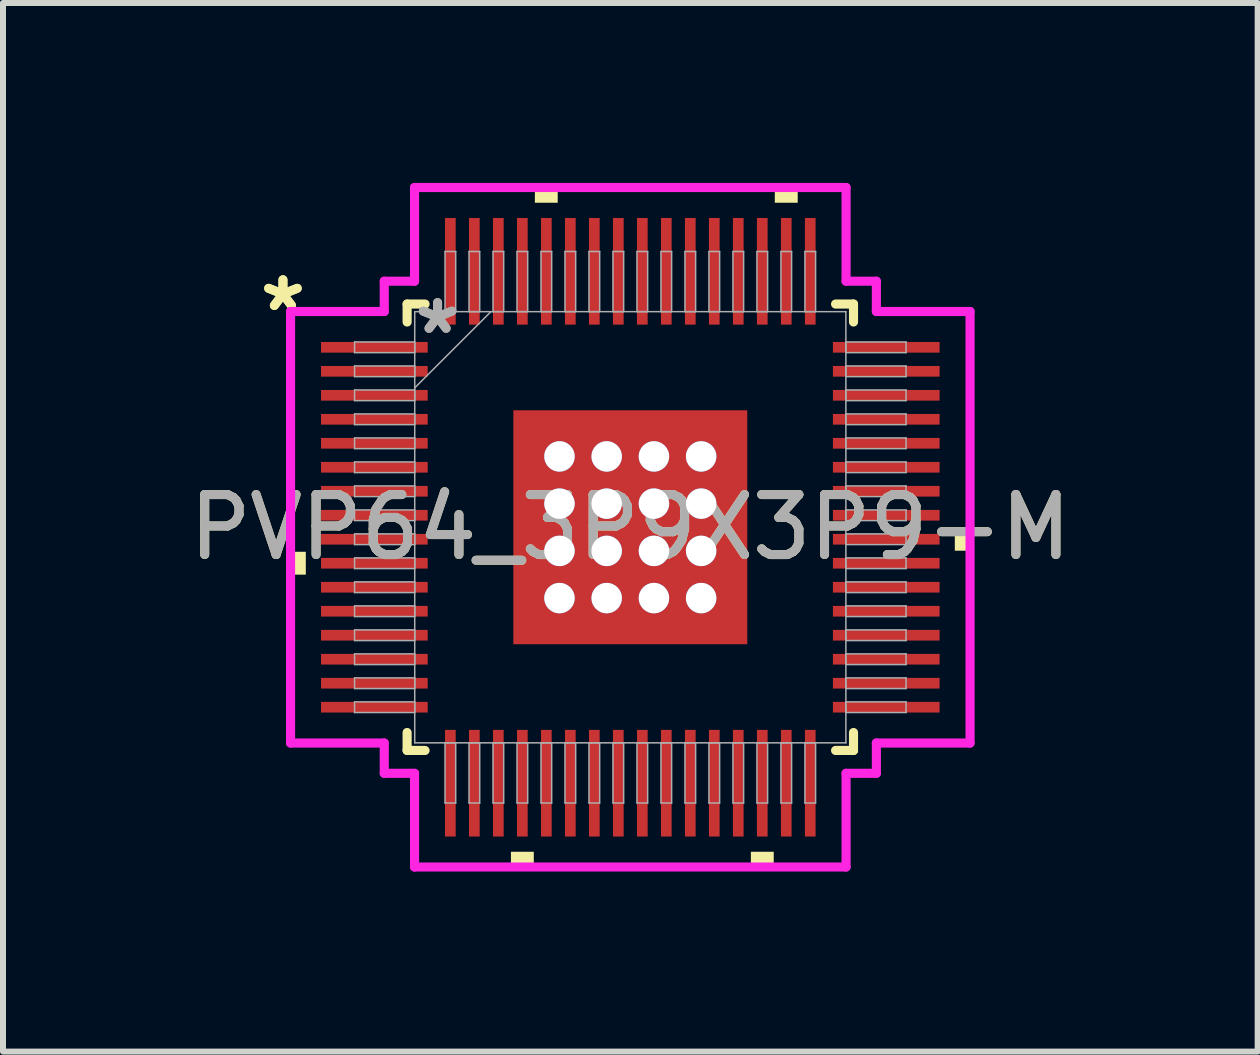
<source format=kicad_pcb>
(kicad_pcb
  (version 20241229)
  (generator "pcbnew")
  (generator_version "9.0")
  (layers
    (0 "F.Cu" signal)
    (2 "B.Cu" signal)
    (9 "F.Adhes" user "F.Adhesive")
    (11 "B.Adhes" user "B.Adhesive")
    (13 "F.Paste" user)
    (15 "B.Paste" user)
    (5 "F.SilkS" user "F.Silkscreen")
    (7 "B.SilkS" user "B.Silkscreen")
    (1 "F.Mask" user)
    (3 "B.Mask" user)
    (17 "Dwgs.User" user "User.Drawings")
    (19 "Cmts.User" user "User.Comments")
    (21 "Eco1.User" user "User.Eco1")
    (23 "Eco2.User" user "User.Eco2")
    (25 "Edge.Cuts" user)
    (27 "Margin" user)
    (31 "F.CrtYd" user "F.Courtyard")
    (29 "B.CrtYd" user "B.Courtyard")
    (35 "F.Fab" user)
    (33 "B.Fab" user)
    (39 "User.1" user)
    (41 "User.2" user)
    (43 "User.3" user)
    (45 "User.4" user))
  (footprint "PVP64_3P9X3P9-M"
    (layer "F.Cu")
    (at 7.458 5.74)
    (property "Reference" "PVP64_3P9X3P9-M" (at 0 0 0) (unlocked yes) (layer "F.SilkS") (effects (font (size 1 1) (thickness 0.15))))
    (attr smd)
    (fp_poly (pts (xy -2.014 -2.014) (xy -1.381 -2.014) (xy -1.381 2.014) (xy -2.014 2.014)) (stroke (width 0) (type solid)) (fill yes) (layer "F.Mask"))
    (fp_poly (pts (xy -2.014 -2.014) (xy 2.014 -2.014) (xy 2.014 -1.381) (xy -2.014 -1.381)) (stroke (width 0) (type solid)) (fill yes) (layer "F.Mask"))
    (fp_poly (pts (xy -2.014 -0.981) (xy 2.014 -0.981) (xy 2.014 -0.594) (xy -2.014 -0.594)) (stroke (width 0) (type solid)) (fill yes) (layer "F.Mask"))
    (fp_poly (pts (xy -2.014 -0.194) (xy 2.014 -0.194) (xy 2.014 0.194) (xy -2.014 0.194)) (stroke (width 0) (type solid)) (fill yes) (layer "F.Mask"))
    (fp_poly (pts (xy -2.014 0.594) (xy 2.014 0.594) (xy 2.014 0.981) (xy -2.014 0.981)) (stroke (width 0) (type solid)) (fill yes) (layer "F.Mask"))
    (fp_poly (pts (xy -2.014 1.381) (xy 2.014 1.381) (xy 2.014 2.014) (xy -2.014 2.014)) (stroke (width 0) (type solid)) (fill yes) (layer "F.Mask"))
    (fp_poly (pts (xy -0.594 -2.014) (xy -0.981 -2.014) (xy -0.981 2.014) (xy -0.594 2.014)) (stroke (width 0) (type solid)) (fill yes) (layer "F.Mask"))
    (fp_poly (pts (xy 0.194 -2.014) (xy -0.194 -2.014) (xy -0.194 2.014) (xy 0.194 2.014)) (stroke (width 0) (type solid)) (fill yes) (layer "F.Mask"))
    (fp_poly (pts (xy 0.981 -2.014) (xy 0.594 -2.014) (xy 0.594 2.014) (xy 0.981 2.014)) (stroke (width 0) (type solid)) (fill yes) (layer "F.Mask"))
    (fp_poly (pts (xy 1.381 -2.014) (xy 2.014 -2.014) (xy 2.014 2.014) (xy 1.381 2.014)) (stroke (width 0) (type solid)) (fill yes) (layer "F.Mask"))
    (fp_line (start -3.721 -3.721) (end -3.721 -3.422) (stroke (width 0.152) (type solid)) (layer "F.SilkS"))
    (fp_line (start -3.721 3.422) (end -3.721 3.721) (stroke (width 0.152) (type solid)) (layer "F.SilkS"))
    (fp_line (start -3.721 3.721) (end -3.422 3.721) (stroke (width 0.152) (type solid)) (layer "F.SilkS"))
    (fp_line (start -3.422 -3.721) (end -3.721 -3.721) (stroke (width 0.152) (type solid)) (layer "F.SilkS"))
    (fp_line (start 3.422 3.721) (end 3.721 3.721) (stroke (width 0.152) (type solid)) (layer "F.SilkS"))
    (fp_line (start 3.721 -3.721) (end 3.422 -3.721) (stroke (width 0.152) (type solid)) (layer "F.SilkS"))
    (fp_line (start 3.721 -3.422) (end 3.721 -3.721) (stroke (width 0.152) (type solid)) (layer "F.SilkS"))
    (fp_line (start 3.721 3.721) (end 3.721 3.422) (stroke (width 0.152) (type solid)) (layer "F.SilkS"))
    (fp_poly (pts (xy -5.664 0.409) (xy -5.664 0.79) (xy -5.41 0.79) (xy -5.41 0.409)) (stroke (width 0) (type solid)) (fill yes) (layer "F.SilkS"))
    (fp_poly (pts (xy -1.99 5.41) (xy -1.99 5.664) (xy -1.609 5.664) (xy -1.609 5.41)) (stroke (width 0) (type solid)) (fill yes) (layer "F.SilkS"))
    (fp_poly (pts (xy -1.591 -5.41) (xy -1.591 -5.664) (xy -1.21 -5.664) (xy -1.21 -5.41)) (stroke (width 0) (type solid)) (fill yes) (layer "F.SilkS"))
    (fp_poly (pts (xy 2.01 5.41) (xy 2.01 5.664) (xy 2.391 5.664) (xy 2.391 5.41)) (stroke (width 0) (type solid)) (fill yes) (layer "F.SilkS"))
    (fp_poly (pts (xy 2.409 -5.41) (xy 2.409 -5.664) (xy 2.791 -5.664) (xy 2.791 -5.41)) (stroke (width 0) (type solid)) (fill yes) (layer "F.SilkS"))
    (fp_poly (pts (xy 5.664 0.009) (xy 5.664 0.391) (xy 5.41 0.391) (xy 5.41 0.009)) (stroke (width 0) (type solid)) (fill yes) (layer "F.SilkS"))
    (fp_poly (pts (xy -1.875 -1.875) (xy -1.875 -1.281) (xy -1.423 -1.281) (xy -1.281 -1.423) (xy -1.281 -1.875)) (stroke (width 0) (type solid)) (fill yes) (layer "F.Paste"))
    (fp_poly (pts (xy -1.875 1.281) (xy -1.875 1.875) (xy -1.281 1.875) (xy -1.281 1.423) (xy -1.423 1.281)) (stroke (width 0) (type solid)) (fill yes) (layer "F.Paste"))
    (fp_poly (pts (xy 1.281 -1.875) (xy 1.281 -1.423) (xy 1.423 -1.281) (xy 1.875 -1.281) (xy 1.875 -1.875)) (stroke (width 0) (type solid)) (fill yes) (layer "F.Paste"))
    (fp_poly (pts (xy 1.423 1.281) (xy 1.281 1.423) (xy 1.281 1.875) (xy 1.875 1.875) (xy 1.875 1.281)) (stroke (width 0) (type solid)) (fill yes) (layer "F.Paste"))
    (fp_poly (pts (xy -1.875 -1.081) (xy -1.875 -0.494) (xy -1.423 -0.494) (xy -1.281 -0.635) (xy -1.281 -0.94) (xy -1.423 -1.081)) (stroke (width 0) (type solid)) (fill yes) (layer "F.Paste"))
    (fp_poly (pts (xy -1.875 -0.294) (xy -1.875 0.294) (xy -1.423 0.294) (xy -1.281 0.152) (xy -1.281 -0.152) (xy -1.423 -0.294)) (stroke (width 0) (type solid)) (fill yes) (layer "F.Paste"))
    (fp_poly (pts (xy -1.875 0.494) (xy -1.875 1.081) (xy -1.423 1.081) (xy -1.281 0.94) (xy -1.281 0.635) (xy -1.423 0.494)) (stroke (width 0) (type solid)) (fill yes) (layer "F.Paste"))
    (fp_poly (pts (xy -1.081 -1.875) (xy -1.081 -1.423) (xy -0.94 -1.281) (xy -0.635 -1.281) (xy -0.494 -1.423) (xy -0.494 -1.875)) (stroke (width 0) (type solid)) (fill yes) (layer "F.Paste"))
    (fp_poly (pts (xy -0.94 1.281) (xy -1.081 1.423) (xy -1.081 1.875) (xy -0.494 1.875) (xy -0.494 1.423) (xy -0.635 1.281)) (stroke (width 0) (type solid)) (fill yes) (layer "F.Paste"))
    (fp_poly (pts (xy -0.294 -1.875) (xy -0.294 -1.423) (xy -0.152 -1.281) (xy 0.152 -1.281) (xy 0.294 -1.423) (xy 0.294 -1.875)) (stroke (width 0) (type solid)) (fill yes) (layer "F.Paste"))
    (fp_poly (pts (xy -0.152 1.281) (xy -0.294 1.423) (xy -0.294 1.875) (xy 0.294 1.875) (xy 0.294 1.423) (xy 0.152 1.281)) (stroke (width 0) (type solid)) (fill yes) (layer "F.Paste"))
    (fp_poly (pts (xy 0.494 -1.875) (xy 0.494 -1.423) (xy 0.635 -1.281) (xy 0.94 -1.281) (xy 1.081 -1.423) (xy 1.081 -1.875)) (stroke (width 0) (type solid)) (fill yes) (layer "F.Paste"))
    (fp_poly (pts (xy 0.635 1.281) (xy 0.494 1.423) (xy 0.494 1.875) (xy 1.081 1.875) (xy 1.081 1.423) (xy 0.94 1.281)) (stroke (width 0) (type solid)) (fill yes) (layer "F.Paste"))
    (fp_poly (pts (xy 1.423 -1.081) (xy 1.281 -0.94) (xy 1.281 -0.635) (xy 1.423 -0.494) (xy 1.875 -0.494) (xy 1.875 -1.081)) (stroke (width 0) (type solid)) (fill yes) (layer "F.Paste"))
    (fp_poly (pts (xy 1.423 -0.294) (xy 1.281 -0.152) (xy 1.281 0.152) (xy 1.423 0.294) (xy 1.875 0.294) (xy 1.875 -0.294)) (stroke (width 0) (type solid)) (fill yes) (layer "F.Paste"))
    (fp_poly (pts (xy 1.423 0.494) (xy 1.281 0.635) (xy 1.281 0.94) (xy 1.423 1.081) (xy 1.875 1.081) (xy 1.875 0.494)) (stroke (width 0) (type solid)) (fill yes) (layer "F.Paste"))
    (fp_poly (pts (xy -0.94 -1.081) (xy -1.081 -0.94) (xy -1.081 -0.635) (xy -0.94 -0.494) (xy -0.635 -0.494) (xy -0.494 -0.635) (xy -0.494 -0.94) (xy -0.635 -1.081)) (stroke (width 0) (type solid)) (fill yes) (layer "F.Paste"))
    (fp_poly (pts (xy -0.94 -0.294) (xy -1.081 -0.152) (xy -1.081 0.152) (xy -0.94 0.294) (xy -0.635 0.294) (xy -0.494 0.152) (xy -0.494 -0.152) (xy -0.635 -0.294)) (stroke (width 0) (type solid)) (fill yes) (layer "F.Paste"))
    (fp_poly (pts (xy -0.94 0.494) (xy -1.081 0.635) (xy -1.081 0.94) (xy -0.94 1.081) (xy -0.635 1.081) (xy -0.494 0.94) (xy -0.494 0.635) (xy -0.635 0.494)) (stroke (width 0) (type solid)) (fill yes) (layer "F.Paste"))
    (fp_poly (pts (xy -0.152 -1.081) (xy -0.294 -0.94) (xy -0.294 -0.635) (xy -0.152 -0.494) (xy 0.152 -0.494) (xy 0.294 -0.635) (xy 0.294 -0.94) (xy 0.152 -1.081)) (stroke (width 0) (type solid)) (fill yes) (layer "F.Paste"))
    (fp_poly (pts (xy -0.152 -0.294) (xy -0.294 -0.152) (xy -0.294 0.152) (xy -0.152 0.294) (xy 0.152 0.294) (xy 0.294 0.152) (xy 0.294 -0.152) (xy 0.152 -0.294)) (stroke (width 0) (type solid)) (fill yes) (layer "F.Paste"))
    (fp_poly (pts (xy -0.152 0.494) (xy -0.294 0.635) (xy -0.294 0.94) (xy -0.152 1.081) (xy 0.152 1.081) (xy 0.294 0.94) (xy 0.294 0.635) (xy 0.152 0.494)) (stroke (width 0) (type solid)) (fill yes) (layer "F.Paste"))
    (fp_poly (pts (xy 0.635 -1.081) (xy 0.494 -0.94) (xy 0.494 -0.635) (xy 0.635 -0.494) (xy 0.94 -0.494) (xy 1.081 -0.635) (xy 1.081 -0.94) (xy 0.94 -1.081)) (stroke (width 0) (type solid)) (fill yes) (layer "F.Paste"))
    (fp_poly (pts (xy 0.635 -0.294) (xy 0.494 -0.152) (xy 0.494 0.152) (xy 0.635 0.294) (xy 0.94 0.294) (xy 1.081 0.152) (xy 1.081 -0.152) (xy 0.94 -0.294)) (stroke (width 0) (type solid)) (fill yes) (layer "F.Paste"))
    (fp_poly (pts (xy 0.635 0.494) (xy 0.494 0.635) (xy 0.494 0.94) (xy 0.635 1.081) (xy 0.94 1.081) (xy 1.081 0.94) (xy 1.081 0.635) (xy 0.94 0.494)) (stroke (width 0) (type solid)) (fill yes) (layer "F.Paste"))
    (fp_line (start -5.664 -3.597) (end -4.102 -3.597) (stroke (width 0.152) (type solid)) (layer "F.CrtYd"))
    (fp_line (start -5.664 3.597) (end -5.664 -3.597) (stroke (width 0.152) (type solid)) (layer "F.CrtYd"))
    (fp_line (start -4.102 -4.102) (end -3.597 -4.102) (stroke (width 0.152) (type solid)) (layer "F.CrtYd"))
    (fp_line (start -4.102 -3.597) (end -4.102 -4.102) (stroke (width 0.152) (type solid)) (layer "F.CrtYd"))
    (fp_line (start -4.102 3.597) (end -5.664 3.597) (stroke (width 0.152) (type solid)) (layer "F.CrtYd"))
    (fp_line (start -4.102 4.102) (end -4.102 3.597) (stroke (width 0.152) (type solid)) (layer "F.CrtYd"))
    (fp_line (start -4.102 4.102) (end -3.597 4.102) (stroke (width 0.152) (type solid)) (layer "F.CrtYd"))
    (fp_line (start -3.597 -5.664) (end 3.597 -5.664) (stroke (width 0.152) (type solid)) (layer "F.CrtYd"))
    (fp_line (start -3.597 -4.102) (end -3.597 -5.664) (stroke (width 0.152) (type solid)) (layer "F.CrtYd"))
    (fp_line (start -3.597 4.102) (end -3.597 5.664) (stroke (width 0.152) (type solid)) (layer "F.CrtYd"))
    (fp_line (start -3.597 5.664) (end 3.597 5.664) (stroke (width 0.152) (type solid)) (layer "F.CrtYd"))
    (fp_line (start 3.597 -5.664) (end 3.597 -4.102) (stroke (width 0.152) (type solid)) (layer "F.CrtYd"))
    (fp_line (start 3.597 -4.102) (end 4.102 -4.102) (stroke (width 0.152) (type solid)) (layer "F.CrtYd"))
    (fp_line (start 3.597 4.102) (end 4.102 4.102) (stroke (width 0.152) (type solid)) (layer "F.CrtYd"))
    (fp_line (start 3.597 5.664) (end 3.597 4.102) (stroke (width 0.152) (type solid)) (layer "F.CrtYd"))
    (fp_line (start 4.102 -3.597) (end 4.102 -4.102) (stroke (width 0.152) (type solid)) (layer "F.CrtYd"))
    (fp_line (start 4.102 3.597) (end 5.664 3.597) (stroke (width 0.152) (type solid)) (layer "F.CrtYd"))
    (fp_line (start 4.102 4.102) (end 4.102 3.597) (stroke (width 0.152) (type solid)) (layer "F.CrtYd"))
    (fp_line (start 5.664 -3.597) (end 4.102 -3.597) (stroke (width 0.152) (type solid)) (layer "F.CrtYd"))
    (fp_line (start 5.664 3.597) (end 5.664 -3.597) (stroke (width 0.152) (type solid)) (layer "F.CrtYd"))
    (fp_line (start -4.597 -3.089) (end -4.597 -2.911) (stroke (width 0.025) (type solid)) (layer "F.Fab"))
    (fp_line (start -4.597 -2.911) (end -3.594 -2.911) (stroke (width 0.025) (type solid)) (layer "F.Fab"))
    (fp_line (start -4.597 -2.689) (end -4.597 -2.511) (stroke (width 0.025) (type solid)) (layer "F.Fab"))
    (fp_line (start -4.597 -2.511) (end -3.594 -2.511) (stroke (width 0.025) (type solid)) (layer "F.Fab"))
    (fp_line (start -4.597 -2.289) (end -4.597 -2.111) (stroke (width 0.025) (type solid)) (layer "F.Fab"))
    (fp_line (start -4.597 -2.111) (end -3.594 -2.111) (stroke (width 0.025) (type solid)) (layer "F.Fab"))
    (fp_line (start -4.597 -1.889) (end -4.597 -1.711) (stroke (width 0.025) (type solid)) (layer "F.Fab"))
    (fp_line (start -4.597 -1.711) (end -3.594 -1.711) (stroke (width 0.025) (type solid)) (layer "F.Fab"))
    (fp_line (start -4.597 -1.489) (end -4.597 -1.311) (stroke (width 0.025) (type solid)) (layer "F.Fab"))
    (fp_line (start -4.597 -1.311) (end -3.594 -1.311) (stroke (width 0.025) (type solid)) (layer "F.Fab"))
    (fp_line (start -4.597 -1.089) (end -4.597 -0.911) (stroke (width 0.025) (type solid)) (layer "F.Fab"))
    (fp_line (start -4.597 -0.911) (end -3.594 -0.911) (stroke (width 0.025) (type solid)) (layer "F.Fab"))
    (fp_line (start -4.597 -0.689) (end -4.597 -0.511) (stroke (width 0.025) (type solid)) (layer "F.Fab"))
    (fp_line (start -4.597 -0.511) (end -3.594 -0.511) (stroke (width 0.025) (type solid)) (layer "F.Fab"))
    (fp_line (start -4.597 -0.289) (end -4.597 -0.111) (stroke (width 0.025) (type solid)) (layer "F.Fab"))
    (fp_line (start -4.597 -0.111) (end -3.594 -0.111) (stroke (width 0.025) (type solid)) (layer "F.Fab"))
    (fp_line (start -4.597 0.111) (end -4.597 0.289) (stroke (width 0.025) (type solid)) (layer "F.Fab"))
    (fp_line (start -4.597 0.289) (end -3.594 0.289) (stroke (width 0.025) (type solid)) (layer "F.Fab"))
    (fp_line (start -4.597 0.511) (end -4.597 0.689) (stroke (width 0.025) (type solid)) (layer "F.Fab"))
    (fp_line (start -4.597 0.689) (end -3.594 0.689) (stroke (width 0.025) (type solid)) (layer "F.Fab"))
    (fp_line (start -4.597 0.911) (end -4.597 1.089) (stroke (width 0.025) (type solid)) (layer "F.Fab"))
    (fp_line (start -4.597 1.089) (end -3.594 1.089) (stroke (width 0.025) (type solid)) (layer "F.Fab"))
    (fp_line (start -4.597 1.311) (end -4.597 1.489) (stroke (width 0.025) (type solid)) (layer "F.Fab"))
    (fp_line (start -4.597 1.489) (end -3.594 1.489) (stroke (width 0.025) (type solid)) (layer "F.Fab"))
    (fp_line (start -4.597 1.711) (end -4.597 1.889) (stroke (width 0.025) (type solid)) (layer "F.Fab"))
    (fp_line (start -4.597 1.889) (end -3.594 1.889) (stroke (width 0.025) (type solid)) (layer "F.Fab"))
    (fp_line (start -4.597 2.111) (end -4.597 2.289) (stroke (width 0.025) (type solid)) (layer "F.Fab"))
    (fp_line (start -4.597 2.289) (end -3.594 2.289) (stroke (width 0.025) (type solid)) (layer "F.Fab"))
    (fp_line (start -4.597 2.511) (end -4.597 2.689) (stroke (width 0.025) (type solid)) (layer "F.Fab"))
    (fp_line (start -4.597 2.689) (end -3.594 2.689) (stroke (width 0.025) (type solid)) (layer "F.Fab"))
    (fp_line (start -4.597 2.911) (end -4.597 3.089) (stroke (width 0.025) (type solid)) (layer "F.Fab"))
    (fp_line (start -4.597 3.089) (end -3.594 3.089) (stroke (width 0.025) (type solid)) (layer "F.Fab"))
    (fp_line (start -3.594 -3.594) (end -3.594 3.594) (stroke (width 0.025) (type solid)) (layer "F.Fab"))
    (fp_line (start -3.594 -3.089) (end -4.597 -3.089) (stroke (width 0.025) (type solid)) (layer "F.Fab"))
    (fp_line (start -3.594 -2.911) (end -3.594 -3.089) (stroke (width 0.025) (type solid)) (layer "F.Fab"))
    (fp_line (start -3.594 -2.689) (end -4.597 -2.689) (stroke (width 0.025) (type solid)) (layer "F.Fab"))
    (fp_line (start -3.594 -2.511) (end -3.594 -2.689) (stroke (width 0.025) (type solid)) (layer "F.Fab"))
    (fp_line (start -3.594 -2.324) (end -2.324 -3.594) (stroke (width 0.025) (type solid)) (layer "F.Fab"))
    (fp_line (start -3.594 -2.289) (end -4.597 -2.289) (stroke (width 0.025) (type solid)) (layer "F.Fab"))
    (fp_line (start -3.594 -2.111) (end -3.594 -2.289) (stroke (width 0.025) (type solid)) (layer "F.Fab"))
    (fp_line (start -3.594 -1.889) (end -4.597 -1.889) (stroke (width 0.025) (type solid)) (layer "F.Fab"))
    (fp_line (start -3.594 -1.711) (end -3.594 -1.889) (stroke (width 0.025) (type solid)) (layer "F.Fab"))
    (fp_line (start -3.594 -1.489) (end -4.597 -1.489) (stroke (width 0.025) (type solid)) (layer "F.Fab"))
    (fp_line (start -3.594 -1.311) (end -3.594 -1.489) (stroke (width 0.025) (type solid)) (layer "F.Fab"))
    (fp_line (start -3.594 -1.089) (end -4.597 -1.089) (stroke (width 0.025) (type solid)) (layer "F.Fab"))
    (fp_line (start -3.594 -0.911) (end -3.594 -1.089) (stroke (width 0.025) (type solid)) (layer "F.Fab"))
    (fp_line (start -3.594 -0.689) (end -4.597 -0.689) (stroke (width 0.025) (type solid)) (layer "F.Fab"))
    (fp_line (start -3.594 -0.511) (end -3.594 -0.689) (stroke (width 0.025) (type solid)) (layer "F.Fab"))
    (fp_line (start -3.594 -0.289) (end -4.597 -0.289) (stroke (width 0.025) (type solid)) (layer "F.Fab"))
    (fp_line (start -3.594 -0.111) (end -3.594 -0.289) (stroke (width 0.025) (type solid)) (layer "F.Fab"))
    (fp_line (start -3.594 0.111) (end -4.597 0.111) (stroke (width 0.025) (type solid)) (layer "F.Fab"))
    (fp_line (start -3.594 0.289) (end -3.594 0.111) (stroke (width 0.025) (type solid)) (layer "F.Fab"))
    (fp_line (start -3.594 0.511) (end -4.597 0.511) (stroke (width 0.025) (type solid)) (layer "F.Fab"))
    (fp_line (start -3.594 0.689) (end -3.594 0.511) (stroke (width 0.025) (type solid)) (layer "F.Fab"))
    (fp_line (start -3.594 0.911) (end -4.597 0.911) (stroke (width 0.025) (type solid)) (layer "F.Fab"))
    (fp_line (start -3.594 1.089) (end -3.594 0.911) (stroke (width 0.025) (type solid)) (layer "F.Fab"))
    (fp_line (start -3.594 1.311) (end -4.597 1.311) (stroke (width 0.025) (type solid)) (layer "F.Fab"))
    (fp_line (start -3.594 1.489) (end -3.594 1.311) (stroke (width 0.025) (type solid)) (layer "F.Fab"))
    (fp_line (start -3.594 1.711) (end -4.597 1.711) (stroke (width 0.025) (type solid)) (layer "F.Fab"))
    (fp_line (start -3.594 1.889) (end -3.594 1.711) (stroke (width 0.025) (type solid)) (layer "F.Fab"))
    (fp_line (start -3.594 2.111) (end -4.597 2.111) (stroke (width 0.025) (type solid)) (layer "F.Fab"))
    (fp_line (start -3.594 2.289) (end -3.594 2.111) (stroke (width 0.025) (type solid)) (layer "F.Fab"))
    (fp_line (start -3.594 2.511) (end -4.597 2.511) (stroke (width 0.025) (type solid)) (layer "F.Fab"))
    (fp_line (start -3.594 2.689) (end -3.594 2.511) (stroke (width 0.025) (type solid)) (layer "F.Fab"))
    (fp_line (start -3.594 2.911) (end -4.597 2.911) (stroke (width 0.025) (type solid)) (layer "F.Fab"))
    (fp_line (start -3.594 3.089) (end -3.594 2.911) (stroke (width 0.025) (type solid)) (layer "F.Fab"))
    (fp_line (start -3.594 3.594) (end 3.594 3.594) (stroke (width 0.025) (type solid)) (layer "F.Fab"))
    (fp_line (start -3.089 -4.597) (end -3.089 -3.594) (stroke (width 0.025) (type solid)) (layer "F.Fab"))
    (fp_line (start -3.089 -3.594) (end -2.911 -3.594) (stroke (width 0.025) (type solid)) (layer "F.Fab"))
    (fp_line (start -3.089 3.594) (end -3.089 4.597) (stroke (width 0.025) (type solid)) (layer "F.Fab"))
    (fp_line (start -3.089 4.597) (end -2.911 4.597) (stroke (width 0.025) (type solid)) (layer "F.Fab"))
    (fp_line (start -2.911 -4.597) (end -3.089 -4.597) (stroke (width 0.025) (type solid)) (layer "F.Fab"))
    (fp_line (start -2.911 -3.594) (end -2.911 -4.597) (stroke (width 0.025) (type solid)) (layer "F.Fab"))
    (fp_line (start -2.911 3.594) (end -3.089 3.594) (stroke (width 0.025) (type solid)) (layer "F.Fab"))
    (fp_line (start -2.911 4.597) (end -2.911 3.594) (stroke (width 0.025) (type solid)) (layer "F.Fab"))
    (fp_line (start -2.689 -4.597) (end -2.689 -3.594) (stroke (width 0.025) (type solid)) (layer "F.Fab"))
    (fp_line (start -2.689 -3.594) (end -2.511 -3.594) (stroke (width 0.025) (type solid)) (layer "F.Fab"))
    (fp_line (start -2.689 3.594) (end -2.689 4.597) (stroke (width 0.025) (type solid)) (layer "F.Fab"))
    (fp_line (start -2.689 4.597) (end -2.511 4.597) (stroke (width 0.025) (type solid)) (layer "F.Fab"))
    (fp_line (start -2.511 -4.597) (end -2.689 -4.597) (stroke (width 0.025) (type solid)) (layer "F.Fab"))
    (fp_line (start -2.511 -3.594) (end -2.511 -4.597) (stroke (width 0.025) (type solid)) (layer "F.Fab"))
    (fp_line (start -2.511 3.594) (end -2.689 3.594) (stroke (width 0.025) (type solid)) (layer "F.Fab"))
    (fp_line (start -2.511 4.597) (end -2.511 3.594) (stroke (width 0.025) (type solid)) (layer "F.Fab"))
    (fp_line (start -2.289 -4.597) (end -2.289 -3.594) (stroke (width 0.025) (type solid)) (layer "F.Fab"))
    (fp_line (start -2.289 -3.594) (end -2.111 -3.594) (stroke (width 0.025) (type solid)) (layer "F.Fab"))
    (fp_line (start -2.289 3.594) (end -2.289 4.597) (stroke (width 0.025) (type solid)) (layer "F.Fab"))
    (fp_line (start -2.289 4.597) (end -2.111 4.597) (stroke (width 0.025) (type solid)) (layer "F.Fab"))
    (fp_line (start -2.111 -4.597) (end -2.289 -4.597) (stroke (width 0.025) (type solid)) (layer "F.Fab"))
    (fp_line (start -2.111 -3.594) (end -2.111 -4.597) (stroke (width 0.025) (type solid)) (layer "F.Fab"))
    (fp_line (start -2.111 3.594) (end -2.289 3.594) (stroke (width 0.025) (type solid)) (layer "F.Fab"))
    (fp_line (start -2.111 4.597) (end -2.111 3.594) (stroke (width 0.025) (type solid)) (layer "F.Fab"))
    (fp_line (start -1.889 -4.597) (end -1.889 -3.594) (stroke (width 0.025) (type solid)) (layer "F.Fab"))
    (fp_line (start -1.889 -3.594) (end -1.711 -3.594) (stroke (width 0.025) (type solid)) (layer "F.Fab"))
    (fp_line (start -1.889 3.594) (end -1.889 4.597) (stroke (width 0.025) (type solid)) (layer "F.Fab"))
    (fp_line (start -1.889 4.597) (end -1.711 4.597) (stroke (width 0.025) (type solid)) (layer "F.Fab"))
    (fp_line (start -1.711 -4.597) (end -1.889 -4.597) (stroke (width 0.025) (type solid)) (layer "F.Fab"))
    (fp_line (start -1.711 -3.594) (end -1.711 -4.597) (stroke (width 0.025) (type solid)) (layer "F.Fab"))
    (fp_line (start -1.711 3.594) (end -1.889 3.594) (stroke (width 0.025) (type solid)) (layer "F.Fab"))
    (fp_line (start -1.711 4.597) (end -1.711 3.594) (stroke (width 0.025) (type solid)) (layer "F.Fab"))
    (fp_line (start -1.489 -4.597) (end -1.489 -3.594) (stroke (width 0.025) (type solid)) (layer "F.Fab"))
    (fp_line (start -1.489 -3.594) (end -1.311 -3.594) (stroke (width 0.025) (type solid)) (layer "F.Fab"))
    (fp_line (start -1.489 3.594) (end -1.489 4.597) (stroke (width 0.025) (type solid)) (layer "F.Fab"))
    (fp_line (start -1.489 4.597) (end -1.311 4.597) (stroke (width 0.025) (type solid)) (layer "F.Fab"))
    (fp_line (start -1.311 -4.597) (end -1.489 -4.597) (stroke (width 0.025) (type solid)) (layer "F.Fab"))
    (fp_line (start -1.311 -3.594) (end -1.311 -4.597) (stroke (width 0.025) (type solid)) (layer "F.Fab"))
    (fp_line (start -1.311 3.594) (end -1.489 3.594) (stroke (width 0.025) (type solid)) (layer "F.Fab"))
    (fp_line (start -1.311 4.597) (end -1.311 3.594) (stroke (width 0.025) (type solid)) (layer "F.Fab"))
    (fp_line (start -1.089 -4.597) (end -1.089 -3.594) (stroke (width 0.025) (type solid)) (layer "F.Fab"))
    (fp_line (start -1.089 -3.594) (end -0.911 -3.594) (stroke (width 0.025) (type solid)) (layer "F.Fab"))
    (fp_line (start -1.089 3.594) (end -1.089 4.597) (stroke (width 0.025) (type solid)) (layer "F.Fab"))
    (fp_line (start -1.089 4.597) (end -0.911 4.597) (stroke (width 0.025) (type solid)) (layer "F.Fab"))
    (fp_line (start -0.911 -4.597) (end -1.089 -4.597) (stroke (width 0.025) (type solid)) (layer "F.Fab"))
    (fp_line (start -0.911 -3.594) (end -0.911 -4.597) (stroke (width 0.025) (type solid)) (layer "F.Fab"))
    (fp_line (start -0.911 3.594) (end -1.089 3.594) (stroke (width 0.025) (type solid)) (layer "F.Fab"))
    (fp_line (start -0.911 4.597) (end -0.911 3.594) (stroke (width 0.025) (type solid)) (layer "F.Fab"))
    (fp_line (start -0.689 -4.597) (end -0.689 -3.594) (stroke (width 0.025) (type solid)) (layer "F.Fab"))
    (fp_line (start -0.689 -3.594) (end -0.511 -3.594) (stroke (width 0.025) (type solid)) (layer "F.Fab"))
    (fp_line (start -0.689 3.594) (end -0.689 4.597) (stroke (width 0.025) (type solid)) (layer "F.Fab"))
    (fp_line (start -0.689 4.597) (end -0.511 4.597) (stroke (width 0.025) (type solid)) (layer "F.Fab"))
    (fp_line (start -0.511 -4.597) (end -0.689 -4.597) (stroke (width 0.025) (type solid)) (layer "F.Fab"))
    (fp_line (start -0.511 -3.594) (end -0.511 -4.597) (stroke (width 0.025) (type solid)) (layer "F.Fab"))
    (fp_line (start -0.511 3.594) (end -0.689 3.594) (stroke (width 0.025) (type solid)) (layer "F.Fab"))
    (fp_line (start -0.511 4.597) (end -0.511 3.594) (stroke (width 0.025) (type solid)) (layer "F.Fab"))
    (fp_line (start -0.289 -4.597) (end -0.289 -3.594) (stroke (width 0.025) (type solid)) (layer "F.Fab"))
    (fp_line (start -0.289 -3.594) (end -0.111 -3.594) (stroke (width 0.025) (type solid)) (layer "F.Fab"))
    (fp_line (start -0.289 3.594) (end -0.289 4.597) (stroke (width 0.025) (type solid)) (layer "F.Fab"))
    (fp_line (start -0.289 4.597) (end -0.111 4.597) (stroke (width 0.025) (type solid)) (layer "F.Fab"))
    (fp_line (start -0.111 -4.597) (end -0.289 -4.597) (stroke (width 0.025) (type solid)) (layer "F.Fab"))
    (fp_line (start -0.111 -3.594) (end -0.111 -4.597) (stroke (width 0.025) (type solid)) (layer "F.Fab"))
    (fp_line (start -0.111 3.594) (end -0.289 3.594) (stroke (width 0.025) (type solid)) (layer "F.Fab"))
    (fp_line (start -0.111 4.597) (end -0.111 3.594) (stroke (width 0.025) (type solid)) (layer "F.Fab"))
    (fp_line (start 0.111 -4.597) (end 0.111 -3.594) (stroke (width 0.025) (type solid)) (layer "F.Fab"))
    (fp_line (start 0.111 -3.594) (end 0.289 -3.594) (stroke (width 0.025) (type solid)) (layer "F.Fab"))
    (fp_line (start 0.111 3.594) (end 0.111 4.597) (stroke (width 0.025) (type solid)) (layer "F.Fab"))
    (fp_line (start 0.111 4.597) (end 0.289 4.597) (stroke (width 0.025) (type solid)) (layer "F.Fab"))
    (fp_line (start 0.289 -4.597) (end 0.111 -4.597) (stroke (width 0.025) (type solid)) (layer "F.Fab"))
    (fp_line (start 0.289 -3.594) (end 0.289 -4.597) (stroke (width 0.025) (type solid)) (layer "F.Fab"))
    (fp_line (start 0.289 3.594) (end 0.111 3.594) (stroke (width 0.025) (type solid)) (layer "F.Fab"))
    (fp_line (start 0.289 4.597) (end 0.289 3.594) (stroke (width 0.025) (type solid)) (layer "F.Fab"))
    (fp_line (start 0.511 -4.597) (end 0.511 -3.594) (stroke (width 0.025) (type solid)) (layer "F.Fab"))
    (fp_line (start 0.511 -3.594) (end 0.689 -3.594) (stroke (width 0.025) (type solid)) (layer "F.Fab"))
    (fp_line (start 0.511 3.594) (end 0.511 4.597) (stroke (width 0.025) (type solid)) (layer "F.Fab"))
    (fp_line (start 0.511 4.597) (end 0.689 4.597) (stroke (width 0.025) (type solid)) (layer "F.Fab"))
    (fp_line (start 0.689 -4.597) (end 0.511 -4.597) (stroke (width 0.025) (type solid)) (layer "F.Fab"))
    (fp_line (start 0.689 -3.594) (end 0.689 -4.597) (stroke (width 0.025) (type solid)) (layer "F.Fab"))
    (fp_line (start 0.689 3.594) (end 0.511 3.594) (stroke (width 0.025) (type solid)) (layer "F.Fab"))
    (fp_line (start 0.689 4.597) (end 0.689 3.594) (stroke (width 0.025) (type solid)) (layer "F.Fab"))
    (fp_line (start 0.911 -4.597) (end 0.911 -3.594) (stroke (width 0.025) (type solid)) (layer "F.Fab"))
    (fp_line (start 0.911 -3.594) (end 1.089 -3.594) (stroke (width 0.025) (type solid)) (layer "F.Fab"))
    (fp_line (start 0.911 3.594) (end 0.911 4.597) (stroke (width 0.025) (type solid)) (layer "F.Fab"))
    (fp_line (start 0.911 4.597) (end 1.089 4.597) (stroke (width 0.025) (type solid)) (layer "F.Fab"))
    (fp_line (start 1.089 -4.597) (end 0.911 -4.597) (stroke (width 0.025) (type solid)) (layer "F.Fab"))
    (fp_line (start 1.089 -3.594) (end 1.089 -4.597) (stroke (width 0.025) (type solid)) (layer "F.Fab"))
    (fp_line (start 1.089 3.594) (end 0.911 3.594) (stroke (width 0.025) (type solid)) (layer "F.Fab"))
    (fp_line (start 1.089 4.597) (end 1.089 3.594) (stroke (width 0.025) (type solid)) (layer "F.Fab"))
    (fp_line (start 1.311 -4.597) (end 1.311 -3.594) (stroke (width 0.025) (type solid)) (layer "F.Fab"))
    (fp_line (start 1.311 -3.594) (end 1.489 -3.594) (stroke (width 0.025) (type solid)) (layer "F.Fab"))
    (fp_line (start 1.311 3.594) (end 1.311 4.597) (stroke (width 0.025) (type solid)) (layer "F.Fab"))
    (fp_line (start 1.311 4.597) (end 1.489 4.597) (stroke (width 0.025) (type solid)) (layer "F.Fab"))
    (fp_line (start 1.489 -4.597) (end 1.311 -4.597) (stroke (width 0.025) (type solid)) (layer "F.Fab"))
    (fp_line (start 1.489 -3.594) (end 1.489 -4.597) (stroke (width 0.025) (type solid)) (layer "F.Fab"))
    (fp_line (start 1.489 3.594) (end 1.311 3.594) (stroke (width 0.025) (type solid)) (layer "F.Fab"))
    (fp_line (start 1.489 4.597) (end 1.489 3.594) (stroke (width 0.025) (type solid)) (layer "F.Fab"))
    (fp_line (start 1.711 -4.597) (end 1.711 -3.594) (stroke (width 0.025) (type solid)) (layer "F.Fab"))
    (fp_line (start 1.711 -3.594) (end 1.889 -3.594) (stroke (width 0.025) (type solid)) (layer "F.Fab"))
    (fp_line (start 1.711 3.594) (end 1.711 4.597) (stroke (width 0.025) (type solid)) (layer "F.Fab"))
    (fp_line (start 1.711 4.597) (end 1.889 4.597) (stroke (width 0.025) (type solid)) (layer "F.Fab"))
    (fp_line (start 1.889 -4.597) (end 1.711 -4.597) (stroke (width 0.025) (type solid)) (layer "F.Fab"))
    (fp_line (start 1.889 -3.594) (end 1.889 -4.597) (stroke (width 0.025) (type solid)) (layer "F.Fab"))
    (fp_line (start 1.889 3.594) (end 1.711 3.594) (stroke (width 0.025) (type solid)) (layer "F.Fab"))
    (fp_line (start 1.889 4.597) (end 1.889 3.594) (stroke (width 0.025) (type solid)) (layer "F.Fab"))
    (fp_line (start 2.111 -4.597) (end 2.111 -3.594) (stroke (width 0.025) (type solid)) (layer "F.Fab"))
    (fp_line (start 2.111 -3.594) (end 2.289 -3.594) (stroke (width 0.025) (type solid)) (layer "F.Fab"))
    (fp_line (start 2.111 3.594) (end 2.111 4.597) (stroke (width 0.025) (type solid)) (layer "F.Fab"))
    (fp_line (start 2.111 4.597) (end 2.289 4.597) (stroke (width 0.025) (type solid)) (layer "F.Fab"))
    (fp_line (start 2.289 -4.597) (end 2.111 -4.597) (stroke (width 0.025) (type solid)) (layer "F.Fab"))
    (fp_line (start 2.289 -3.594) (end 2.289 -4.597) (stroke (width 0.025) (type solid)) (layer "F.Fab"))
    (fp_line (start 2.289 3.594) (end 2.111 3.594) (stroke (width 0.025) (type solid)) (layer "F.Fab"))
    (fp_line (start 2.289 4.597) (end 2.289 3.594) (stroke (width 0.025) (type solid)) (layer "F.Fab"))
    (fp_line (start 2.511 -4.597) (end 2.511 -3.594) (stroke (width 0.025) (type solid)) (layer "F.Fab"))
    (fp_line (start 2.511 -3.594) (end 2.689 -3.594) (stroke (width 0.025) (type solid)) (layer "F.Fab"))
    (fp_line (start 2.511 3.594) (end 2.511 4.597) (stroke (width 0.025) (type solid)) (layer "F.Fab"))
    (fp_line (start 2.511 4.597) (end 2.689 4.597) (stroke (width 0.025) (type solid)) (layer "F.Fab"))
    (fp_line (start 2.689 -4.597) (end 2.511 -4.597) (stroke (width 0.025) (type solid)) (layer "F.Fab"))
    (fp_line (start 2.689 -3.594) (end 2.689 -4.597) (stroke (width 0.025) (type solid)) (layer "F.Fab"))
    (fp_line (start 2.689 3.594) (end 2.511 3.594) (stroke (width 0.025) (type solid)) (layer "F.Fab"))
    (fp_line (start 2.689 4.597) (end 2.689 3.594) (stroke (width 0.025) (type solid)) (layer "F.Fab"))
    (fp_line (start 2.911 -4.597) (end 2.911 -3.594) (stroke (width 0.025) (type solid)) (layer "F.Fab"))
    (fp_line (start 2.911 -3.594) (end 3.089 -3.594) (stroke (width 0.025) (type solid)) (layer "F.Fab"))
    (fp_line (start 2.911 3.594) (end 2.911 4.597) (stroke (width 0.025) (type solid)) (layer "F.Fab"))
    (fp_line (start 2.911 4.597) (end 3.089 4.597) (stroke (width 0.025) (type solid)) (layer "F.Fab"))
    (fp_line (start 3.089 -4.597) (end 2.911 -4.597) (stroke (width 0.025) (type solid)) (layer "F.Fab"))
    (fp_line (start 3.089 -3.594) (end 3.089 -4.597) (stroke (width 0.025) (type solid)) (layer "F.Fab"))
    (fp_line (start 3.089 3.594) (end 2.911 3.594) (stroke (width 0.025) (type solid)) (layer "F.Fab"))
    (fp_line (start 3.089 4.597) (end 3.089 3.594) (stroke (width 0.025) (type solid)) (layer "F.Fab"))
    (fp_line (start 3.594 -3.594) (end -3.594 -3.594) (stroke (width 0.025) (type solid)) (layer "F.Fab"))
    (fp_line (start 3.594 -3.089) (end 3.594 -2.911) (stroke (width 0.025) (type solid)) (layer "F.Fab"))
    (fp_line (start 3.594 -2.911) (end 4.597 -2.911) (stroke (width 0.025) (type solid)) (layer "F.Fab"))
    (fp_line (start 3.594 -2.689) (end 3.594 -2.511) (stroke (width 0.025) (type solid)) (layer "F.Fab"))
    (fp_line (start 3.594 -2.511) (end 4.597 -2.511) (stroke (width 0.025) (type solid)) (layer "F.Fab"))
    (fp_line (start 3.594 -2.289) (end 3.594 -2.111) (stroke (width 0.025) (type solid)) (layer "F.Fab"))
    (fp_line (start 3.594 -2.111) (end 4.597 -2.111) (stroke (width 0.025) (type solid)) (layer "F.Fab"))
    (fp_line (start 3.594 -1.889) (end 3.594 -1.711) (stroke (width 0.025) (type solid)) (layer "F.Fab"))
    (fp_line (start 3.594 -1.711) (end 4.597 -1.711) (stroke (width 0.025) (type solid)) (layer "F.Fab"))
    (fp_line (start 3.594 -1.489) (end 3.594 -1.311) (stroke (width 0.025) (type solid)) (layer "F.Fab"))
    (fp_line (start 3.594 -1.311) (end 4.597 -1.311) (stroke (width 0.025) (type solid)) (layer "F.Fab"))
    (fp_line (start 3.594 -1.089) (end 3.594 -0.911) (stroke (width 0.025) (type solid)) (layer "F.Fab"))
    (fp_line (start 3.594 -0.911) (end 4.597 -0.911) (stroke (width 0.025) (type solid)) (layer "F.Fab"))
    (fp_line (start 3.594 -0.689) (end 3.594 -0.511) (stroke (width 0.025) (type solid)) (layer "F.Fab"))
    (fp_line (start 3.594 -0.511) (end 4.597 -0.511) (stroke (width 0.025) (type solid)) (layer "F.Fab"))
    (fp_line (start 3.594 -0.289) (end 3.594 -0.111) (stroke (width 0.025) (type solid)) (layer "F.Fab"))
    (fp_line (start 3.594 -0.111) (end 4.597 -0.111) (stroke (width 0.025) (type solid)) (layer "F.Fab"))
    (fp_line (start 3.594 0.111) (end 3.594 0.289) (stroke (width 0.025) (type solid)) (layer "F.Fab"))
    (fp_line (start 3.594 0.289) (end 4.597 0.289) (stroke (width 0.025) (type solid)) (layer "F.Fab"))
    (fp_line (start 3.594 0.511) (end 3.594 0.689) (stroke (width 0.025) (type solid)) (layer "F.Fab"))
    (fp_line (start 3.594 0.689) (end 4.597 0.689) (stroke (width 0.025) (type solid)) (layer "F.Fab"))
    (fp_line (start 3.594 0.911) (end 3.594 1.089) (stroke (width 0.025) (type solid)) (layer "F.Fab"))
    (fp_line (start 3.594 1.089) (end 4.597 1.089) (stroke (width 0.025) (type solid)) (layer "F.Fab"))
    (fp_line (start 3.594 1.311) (end 3.594 1.489) (stroke (width 0.025) (type solid)) (layer "F.Fab"))
    (fp_line (start 3.594 1.489) (end 4.597 1.489) (stroke (width 0.025) (type solid)) (layer "F.Fab"))
    (fp_line (start 3.594 1.711) (end 3.594 1.889) (stroke (width 0.025) (type solid)) (layer "F.Fab"))
    (fp_line (start 3.594 1.889) (end 4.597 1.889) (stroke (width 0.025) (type solid)) (layer "F.Fab"))
    (fp_line (start 3.594 2.111) (end 3.594 2.289) (stroke (width 0.025) (type solid)) (layer "F.Fab"))
    (fp_line (start 3.594 2.289) (end 4.597 2.289) (stroke (width 0.025) (type solid)) (layer "F.Fab"))
    (fp_line (start 3.594 2.511) (end 3.594 2.689) (stroke (width 0.025) (type solid)) (layer "F.Fab"))
    (fp_line (start 3.594 2.689) (end 4.597 2.689) (stroke (width 0.025) (type solid)) (layer "F.Fab"))
    (fp_line (start 3.594 2.911) (end 3.594 3.089) (stroke (width 0.025) (type solid)) (layer "F.Fab"))
    (fp_line (start 3.594 3.089) (end 4.597 3.089) (stroke (width 0.025) (type solid)) (layer "F.Fab"))
    (fp_line (start 3.594 3.594) (end 3.594 -3.594) (stroke (width 0.025) (type solid)) (layer "F.Fab"))
    (fp_line (start 4.597 -3.089) (end 3.594 -3.089) (stroke (width 0.025) (type solid)) (layer "F.Fab"))
    (fp_line (start 4.597 -2.911) (end 4.597 -3.089) (stroke (width 0.025) (type solid)) (layer "F.Fab"))
    (fp_line (start 4.597 -2.689) (end 3.594 -2.689) (stroke (width 0.025) (type solid)) (layer "F.Fab"))
    (fp_line (start 4.597 -2.511) (end 4.597 -2.689) (stroke (width 0.025) (type solid)) (layer "F.Fab"))
    (fp_line (start 4.597 -2.289) (end 3.594 -2.289) (stroke (width 0.025) (type solid)) (layer "F.Fab"))
    (fp_line (start 4.597 -2.111) (end 4.597 -2.289) (stroke (width 0.025) (type solid)) (layer "F.Fab"))
    (fp_line (start 4.597 -1.889) (end 3.594 -1.889) (stroke (width 0.025) (type solid)) (layer "F.Fab"))
    (fp_line (start 4.597 -1.711) (end 4.597 -1.889) (stroke (width 0.025) (type solid)) (layer "F.Fab"))
    (fp_line (start 4.597 -1.489) (end 3.594 -1.489) (stroke (width 0.025) (type solid)) (layer "F.Fab"))
    (fp_line (start 4.597 -1.311) (end 4.597 -1.489) (stroke (width 0.025) (type solid)) (layer "F.Fab"))
    (fp_line (start 4.597 -1.089) (end 3.594 -1.089) (stroke (width 0.025) (type solid)) (layer "F.Fab"))
    (fp_line (start 4.597 -0.911) (end 4.597 -1.089) (stroke (width 0.025) (type solid)) (layer "F.Fab"))
    (fp_line (start 4.597 -0.689) (end 3.594 -0.689) (stroke (width 0.025) (type solid)) (layer "F.Fab"))
    (fp_line (start 4.597 -0.511) (end 4.597 -0.689) (stroke (width 0.025) (type solid)) (layer "F.Fab"))
    (fp_line (start 4.597 -0.289) (end 3.594 -0.289) (stroke (width 0.025) (type solid)) (layer "F.Fab"))
    (fp_line (start 4.597 -0.111) (end 4.597 -0.289) (stroke (width 0.025) (type solid)) (layer "F.Fab"))
    (fp_line (start 4.597 0.111) (end 3.594 0.111) (stroke (width 0.025) (type solid)) (layer "F.Fab"))
    (fp_line (start 4.597 0.289) (end 4.597 0.111) (stroke (width 0.025) (type solid)) (layer "F.Fab"))
    (fp_line (start 4.597 0.511) (end 3.594 0.511) (stroke (width 0.025) (type solid)) (layer "F.Fab"))
    (fp_line (start 4.597 0.689) (end 4.597 0.511) (stroke (width 0.025) (type solid)) (layer "F.Fab"))
    (fp_line (start 4.597 0.911) (end 3.594 0.911) (stroke (width 0.025) (type solid)) (layer "F.Fab"))
    (fp_line (start 4.597 1.089) (end 4.597 0.911) (stroke (width 0.025) (type solid)) (layer "F.Fab"))
    (fp_line (start 4.597 1.311) (end 3.594 1.311) (stroke (width 0.025) (type solid)) (layer "F.Fab"))
    (fp_line (start 4.597 1.489) (end 4.597 1.311) (stroke (width 0.025) (type solid)) (layer "F.Fab"))
    (fp_line (start 4.597 1.711) (end 3.594 1.711) (stroke (width 0.025) (type solid)) (layer "F.Fab"))
    (fp_line (start 4.597 1.889) (end 4.597 1.711) (stroke (width 0.025) (type solid)) (layer "F.Fab"))
    (fp_line (start 4.597 2.111) (end 3.594 2.111) (stroke (width 0.025) (type solid)) (layer "F.Fab"))
    (fp_line (start 4.597 2.289) (end 4.597 2.111) (stroke (width 0.025) (type solid)) (layer "F.Fab"))
    (fp_line (start 4.597 2.511) (end 3.594 2.511) (stroke (width 0.025) (type solid)) (layer "F.Fab"))
    (fp_line (start 4.597 2.689) (end 4.597 2.511) (stroke (width 0.025) (type solid)) (layer "F.Fab"))
    (fp_line (start 4.597 2.911) (end 3.594 2.911) (stroke (width 0.025) (type solid)) (layer "F.Fab"))
    (fp_line (start 4.597 3.089) (end 4.597 2.911) (stroke (width 0.025) (type solid)) (layer "F.Fab"))
    (fp_text user "*" (at -5.791 -3.581 0) (layer "F.SilkS") (effects (font (size 1 1) (thickness 0.15))))
    (fp_text user "*" (at -5.791 -3.581 0) (unlocked yes) (layer "F.SilkS") (effects (font (size 1 1) (thickness 0.15))))
    (fp_text user "*" (at -3.213 -3.2 0) (layer "F.Fab") (effects (font (size 1 1) (thickness 0.15))))
    (fp_text user "*" (at -3.213 -3.2 0) (unlocked yes) (layer "F.Fab") (effects (font (size 1 1) (thickness 0.15))))
    (fp_text user "${REFERENCE}" (at 0 0 0) (unlocked yes) (layer "F.Fab") (effects (font (size 1 1) (thickness 0.15))))
    (pad "1" smd rect (at -4.267 -3 90) (size 0.178 1.778) (layers "F.Cu" "F.Mask" "F.Paste"))
    (pad "2" smd rect (at -4.267 -2.6 90) (size 0.178 1.778) (layers "F.Cu" "F.Mask" "F.Paste"))
    (pad "3" smd rect (at -4.267 -2.2 90) (size 0.178 1.778) (layers "F.Cu" "F.Mask" "F.Paste"))
    (pad "4" smd rect (at -4.267 -1.8 90) (size 0.178 1.778) (layers "F.Cu" "F.Mask" "F.Paste"))
    (pad "5" smd rect (at -4.267 -1.4 90) (size 0.178 1.778) (layers "F.Cu" "F.Mask" "F.Paste"))
    (pad "6" smd rect (at -4.267 -1 90) (size 0.178 1.778) (layers "F.Cu" "F.Mask" "F.Paste"))
    (pad "7" smd rect (at -4.267 -0.6 90) (size 0.178 1.778) (layers "F.Cu" "F.Mask" "F.Paste"))
    (pad "8" smd rect (at -4.267 -0.2 90) (size 0.178 1.778) (layers "F.Cu" "F.Mask" "F.Paste"))
    (pad "9" smd rect (at -4.267 0.2 90) (size 0.178 1.778) (layers "F.Cu" "F.Mask" "F.Paste"))
    (pad "10" smd rect (at -4.267 0.6 90) (size 0.178 1.778) (layers "F.Cu" "F.Mask" "F.Paste"))
    (pad "11" smd rect (at -4.267 1 90) (size 0.178 1.778) (layers "F.Cu" "F.Mask" "F.Paste"))
    (pad "12" smd rect (at -4.267 1.4 90) (size 0.178 1.778) (layers "F.Cu" "F.Mask" "F.Paste"))
    (pad "13" smd rect (at -4.267 1.8 90) (size 0.178 1.778) (layers "F.Cu" "F.Mask" "F.Paste"))
    (pad "14" smd rect (at -4.267 2.2 90) (size 0.178 1.778) (layers "F.Cu" "F.Mask" "F.Paste"))
    (pad "15" smd rect (at -4.267 2.6 90) (size 0.178 1.778) (layers "F.Cu" "F.Mask" "F.Paste"))
    (pad "16" smd rect (at -4.267 3 90) (size 0.178 1.778) (layers "F.Cu" "F.Mask" "F.Paste"))
    (pad "17" smd rect (at -3 4.267) (size 0.178 1.778) (layers "F.Cu" "F.Mask" "F.Paste"))
    (pad "18" smd rect (at -2.6 4.267) (size 0.178 1.778) (layers "F.Cu" "F.Mask" "F.Paste"))
    (pad "19" smd rect (at -2.2 4.267) (size 0.178 1.778) (layers "F.Cu" "F.Mask" "F.Paste"))
    (pad "20" smd rect (at -1.8 4.267) (size 0.178 1.778) (layers "F.Cu" "F.Mask" "F.Paste"))
    (pad "21" smd rect (at -1.4 4.267) (size 0.178 1.778) (layers "F.Cu" "F.Mask" "F.Paste"))
    (pad "22" smd rect (at -1 4.267) (size 0.178 1.778) (layers "F.Cu" "F.Mask" "F.Paste"))
    (pad "23" smd rect (at -0.6 4.267) (size 0.178 1.778) (layers "F.Cu" "F.Mask" "F.Paste"))
    (pad "24" smd rect (at -0.2 4.267) (size 0.178 1.778) (layers "F.Cu" "F.Mask" "F.Paste"))
    (pad "25" smd rect (at 0.2 4.267) (size 0.178 1.778) (layers "F.Cu" "F.Mask" "F.Paste"))
    (pad "26" smd rect (at 0.6 4.267) (size 0.178 1.778) (layers "F.Cu" "F.Mask" "F.Paste"))
    (pad "27" smd rect (at 1 4.267) (size 0.178 1.778) (layers "F.Cu" "F.Mask" "F.Paste"))
    (pad "28" smd rect (at 1.4 4.267) (size 0.178 1.778) (layers "F.Cu" "F.Mask" "F.Paste"))
    (pad "29" smd rect (at 1.8 4.267) (size 0.178 1.778) (layers "F.Cu" "F.Mask" "F.Paste"))
    (pad "30" smd rect (at 2.2 4.267) (size 0.178 1.778) (layers "F.Cu" "F.Mask" "F.Paste"))
    (pad "31" smd rect (at 2.6 4.267) (size 0.178 1.778) (layers "F.Cu" "F.Mask" "F.Paste"))
    (pad "32" smd rect (at 3 4.267) (size 0.178 1.778) (layers "F.Cu" "F.Mask" "F.Paste"))
    (pad "33" smd rect (at 4.267 3 90) (size 0.178 1.778) (layers "F.Cu" "F.Mask" "F.Paste"))
    (pad "34" smd rect (at 4.267 2.6 90) (size 0.178 1.778) (layers "F.Cu" "F.Mask" "F.Paste"))
    (pad "35" smd rect (at 4.267 2.2 90) (size 0.178 1.778) (layers "F.Cu" "F.Mask" "F.Paste"))
    (pad "36" smd rect (at 4.267 1.8 90) (size 0.178 1.778) (layers "F.Cu" "F.Mask" "F.Paste"))
    (pad "37" smd rect (at 4.267 1.4 90) (size 0.178 1.778) (layers "F.Cu" "F.Mask" "F.Paste"))
    (pad "38" smd rect (at 4.267 1 90) (size 0.178 1.778) (layers "F.Cu" "F.Mask" "F.Paste"))
    (pad "39" smd rect (at 4.267 0.6 90) (size 0.178 1.778) (layers "F.Cu" "F.Mask" "F.Paste"))
    (pad "40" smd rect (at 4.267 0.2 90) (size 0.178 1.778) (layers "F.Cu" "F.Mask" "F.Paste"))
    (pad "41" smd rect (at 4.267 -0.2 90) (size 0.178 1.778) (layers "F.Cu" "F.Mask" "F.Paste"))
    (pad "42" smd rect (at 4.267 -0.6 90) (size 0.178 1.778) (layers "F.Cu" "F.Mask" "F.Paste"))
    (pad "43" smd rect (at 4.267 -1 90) (size 0.178 1.778) (layers "F.Cu" "F.Mask" "F.Paste"))
    (pad "44" smd rect (at 4.267 -1.4 90) (size 0.178 1.778) (layers "F.Cu" "F.Mask" "F.Paste"))
    (pad "45" smd rect (at 4.267 -1.8 90) (size 0.178 1.778) (layers "F.Cu" "F.Mask" "F.Paste"))
    (pad "46" smd rect (at 4.267 -2.2 90) (size 0.178 1.778) (layers "F.Cu" "F.Mask" "F.Paste"))
    (pad "47" smd rect (at 4.267 -2.6 90) (size 0.178 1.778) (layers "F.Cu" "F.Mask" "F.Paste"))
    (pad "48" smd rect (at 4.267 -3 90) (size 0.178 1.778) (layers "F.Cu" "F.Mask" "F.Paste"))
    (pad "49" smd rect (at 3 -4.267) (size 0.178 1.778) (layers "F.Cu" "F.Mask" "F.Paste"))
    (pad "50" smd rect (at 2.6 -4.267) (size 0.178 1.778) (layers "F.Cu" "F.Mask" "F.Paste"))
    (pad "51" smd rect (at 2.2 -4.267) (size 0.178 1.778) (layers "F.Cu" "F.Mask" "F.Paste"))
    (pad "52" smd rect (at 1.8 -4.267) (size 0.178 1.778) (layers "F.Cu" "F.Mask" "F.Paste"))
    (pad "53" smd rect (at 1.4 -4.267) (size 0.178 1.778) (layers "F.Cu" "F.Mask" "F.Paste"))
    (pad "54" smd rect (at 1 -4.267) (size 0.178 1.778) (layers "F.Cu" "F.Mask" "F.Paste"))
    (pad "55" smd rect (at 0.6 -4.267) (size 0.178 1.778) (layers "F.Cu" "F.Mask" "F.Paste"))
    (pad "56" smd rect (at 0.2 -4.267) (size 0.178 1.778) (layers "F.Cu" "F.Mask" "F.Paste"))
    (pad "57" smd rect (at -0.2 -4.267) (size 0.178 1.778) (layers "F.Cu" "F.Mask" "F.Paste"))
    (pad "58" smd rect (at -0.6 -4.267) (size 0.178 1.778) (layers "F.Cu" "F.Mask" "F.Paste"))
    (pad "59" smd rect (at -1 -4.267) (size 0.178 1.778) (layers "F.Cu" "F.Mask" "F.Paste"))
    (pad "60" smd rect (at -1.4 -4.267) (size 0.178 1.778) (layers "F.Cu" "F.Mask" "F.Paste"))
    (pad "61" smd rect (at -1.8 -4.267) (size 0.178 1.778) (layers "F.Cu" "F.Mask" "F.Paste"))
    (pad "62" smd rect (at -2.2 -4.267) (size 0.178 1.778) (layers "F.Cu" "F.Mask" "F.Paste"))
    (pad "63" smd rect (at -2.6 -4.267) (size 0.178 1.778) (layers "F.Cu" "F.Mask" "F.Paste"))
    (pad "64" smd rect (at -3 -4.267) (size 0.178 1.778) (layers "F.Cu" "F.Mask" "F.Paste"))
    (pad "EPAD" smd rect (at 0 0) (size 3.9 3.9) (layers "F.Cu"))
    (pad "V" thru_hole circle (at -1.181 -1.181) (size 0.508 0.508) (drill 0.508) (layers "*.Cu" "*.Mask"))
    (pad "V" thru_hole circle (at -1.181 -0.394) (size 0.508 0.508) (drill 0.508) (layers "*.Cu" "*.Mask"))
    (pad "V" thru_hole circle (at -1.181 0.394) (size 0.508 0.508) (drill 0.508) (layers "*.Cu" "*.Mask"))
    (pad "V" thru_hole circle (at -1.181 1.181) (size 0.508 0.508) (drill 0.508) (layers "*.Cu" "*.Mask"))
    (pad "V" thru_hole circle (at -0.394 -1.181) (size 0.508 0.508) (drill 0.508) (layers "*.Cu" "*.Mask"))
    (pad "V" thru_hole circle (at -0.394 -0.394) (size 0.508 0.508) (drill 0.508) (layers "*.Cu" "*.Mask"))
    (pad "V" thru_hole circle (at -0.394 0.394) (size 0.508 0.508) (drill 0.508) (layers "*.Cu" "*.Mask"))
    (pad "V" thru_hole circle (at -0.394 1.181) (size 0.508 0.508) (drill 0.508) (layers "*.Cu" "*.Mask"))
    (pad "V" thru_hole circle (at 0.394 -1.181) (size 0.508 0.508) (drill 0.508) (layers "*.Cu" "*.Mask"))
    (pad "V" thru_hole circle (at 0.394 -0.394) (size 0.508 0.508) (drill 0.508) (layers "*.Cu" "*.Mask"))
    (pad "V" thru_hole circle (at 0.394 0.394) (size 0.508 0.508) (drill 0.508) (layers "*.Cu" "*.Mask"))
    (pad "V" thru_hole circle (at 0.394 1.181) (size 0.508 0.508) (drill 0.508) (layers "*.Cu" "*.Mask"))
    (pad "V" thru_hole circle (at 1.181 -1.181) (size 0.508 0.508) (drill 0.508) (layers "*.Cu" "*.Mask"))
    (pad "V" thru_hole circle (at 1.181 -0.394) (size 0.508 0.508) (drill 0.508) (layers "*.Cu" "*.Mask"))
    (pad "V" thru_hole circle (at 1.181 0.394) (size 0.508 0.508) (drill 0.508) (layers "*.Cu" "*.Mask"))
    (pad "V" thru_hole circle (at 1.181 1.181) (size 0.508 0.508) (drill 0.508) (layers "*.Cu" "*.Mask")))
  (gr_rect
    (start -3 -3)
    (end 17.917 14.481)
    (stroke (width 0.1) (type default))
    (fill no)
    (layer "Edge.Cuts")))
</source>
